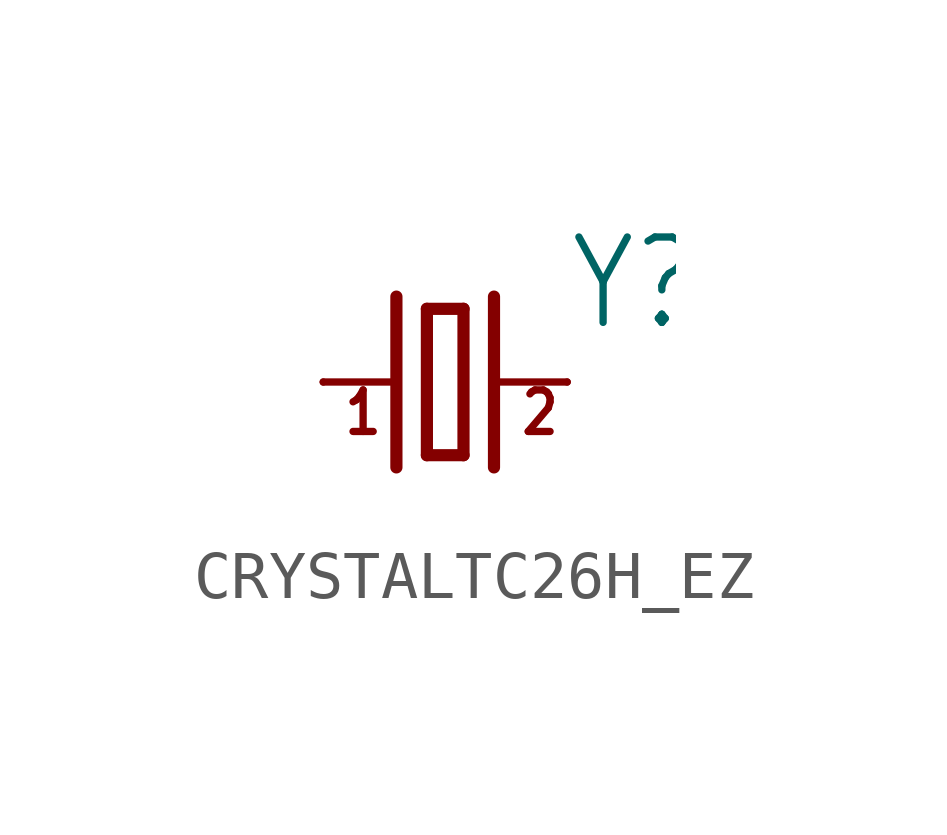
<source format=kicad_sym>
(kicad_symbol_lib
  (version 20241209)
  (generator "kicad_symbol_editor")
  (generator_version "9.0")
  (symbol "CRYSTALTC26H_EZ"
    (property "Reference" "Y"
      (at 2.54 1.016 0)
      (effects (font (size 1.778 1.511)) (justify left bottom)))
    (property "Value" ""
      (at 2.54 -2.54 0)
      (effects (font (size 1.778 1.511)) (justify left bottom)))
    (property "ki_locked" ""
      (at 0 0 0)
      (effects (font (size 1.27 1.27))))
    (symbol "CRYSTALTC26H_EZ_1_0"
      (polyline (pts (xy -2.54 0) (xy -1.016 0)) (stroke (width 0.152) (type solid)) (fill (type none)))
      (polyline (pts (xy -1.016 1.778) (xy -1.016 -1.778)) (stroke (width 0.254) (type solid)) (fill (type none)))
      (polyline (pts (xy -0.381 1.524) (xy -0.381 -1.524)) (stroke (width 0.254) (type solid)) (fill (type none)))
      (polyline (pts (xy -0.381 -1.524) (xy 0.381 -1.524)) (stroke (width 0.254) (type solid)) (fill (type none)))
      (polyline (pts (xy 0.381 1.524) (xy -0.381 1.524)) (stroke (width 0.254) (type solid)) (fill (type none)))
      (polyline (pts (xy 0.381 -1.524) (xy 0.381 1.524)) (stroke (width 0.254) (type solid)) (fill (type none)))
      (polyline (pts (xy 1.016 1.778) (xy 1.016 -1.778)) (stroke (width 0.254) (type solid)) (fill (type none)))
      (polyline (pts (xy 1.016 0) (xy 2.54 0)) (stroke (width 0.152) (type solid)) (fill (type none)))
      (text "1" (at -2.159 -1.143 0) (effects (font (size 0.864 0.734)) (justify left bottom)))
      (text "2" (at 1.524 -1.143 0) (effects (font (size 0.864 0.734)) (justify left bottom)))
      (pin passive line (at -2.54 0 0) (length 0) (name "1" (effects (font (size 0 0)))) (number "1" (effects (font (size 0 0)))))
      (pin passive line (at 2.54 0 180) (length 0) (name "2" (effects (font (size 0 0)))) (number "2" (effects (font (size 0 0))))))))
</source>
